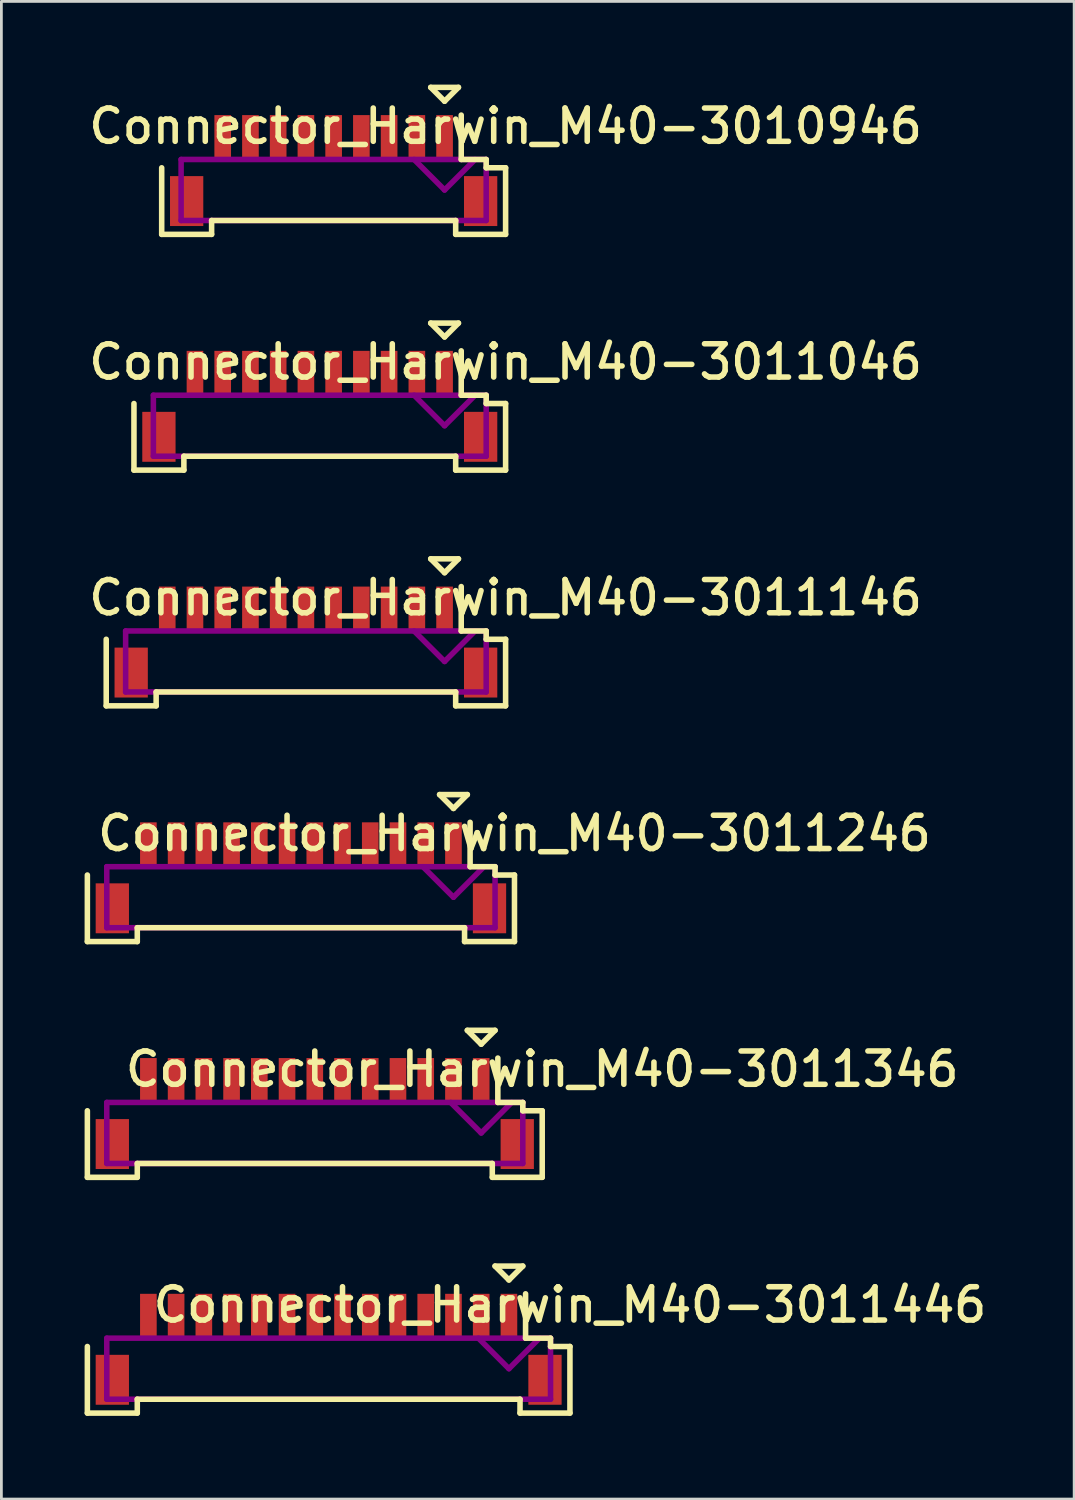
<source format=kicad_pcb>
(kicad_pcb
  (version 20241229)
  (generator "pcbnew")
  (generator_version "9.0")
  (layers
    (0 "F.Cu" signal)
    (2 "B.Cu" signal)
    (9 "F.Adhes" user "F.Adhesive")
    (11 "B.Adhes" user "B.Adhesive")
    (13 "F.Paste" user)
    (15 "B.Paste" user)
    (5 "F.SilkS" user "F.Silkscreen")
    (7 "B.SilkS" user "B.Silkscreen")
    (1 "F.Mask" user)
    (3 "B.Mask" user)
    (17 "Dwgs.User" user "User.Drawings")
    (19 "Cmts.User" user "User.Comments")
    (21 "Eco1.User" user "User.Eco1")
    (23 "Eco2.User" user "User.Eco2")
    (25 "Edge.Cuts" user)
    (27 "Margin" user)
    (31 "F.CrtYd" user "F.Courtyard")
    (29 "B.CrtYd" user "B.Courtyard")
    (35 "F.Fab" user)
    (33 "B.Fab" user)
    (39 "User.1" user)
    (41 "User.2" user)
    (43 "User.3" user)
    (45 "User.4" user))
  (footprint "Connector_Harwin_M40-3011446"
    (layer "F.Cu")
    (at 8.8 46.7)
    (property "Reference" "Connector_Harwin_M40-3011446" (at 8.7 -2.7 0) (layer "F.SilkS") (effects (font (size 1.2 1.2) (thickness 0.2))))
    (attr through_hole)
    (fp_line (start -8.7 1.2) (end -8.7 -1.2) (stroke (width 0.2) (type solid)) (layer "F.SilkS"))
    (fp_line (start -6.9 0.7) (end -6.9 1.2) (stroke (width 0.2) (type solid)) (layer "F.SilkS"))
    (fp_line (start -6.9 1.2) (end -8.7 1.2) (stroke (width 0.2) (type solid)) (layer "F.SilkS"))
    (fp_line (start 6 -4.1) (end 6.5 -3.6) (stroke (width 0.2) (type solid)) (layer "F.SilkS"))
    (fp_line (start 6.5 -3.6) (end 7 -4.1) (stroke (width 0.2) (type solid)) (layer "F.SilkS"))
    (fp_line (start 6.9 0.7) (end -6.9 0.7) (stroke (width 0.2) (type solid)) (layer "F.SilkS"))
    (fp_line (start 6.9 1.2) (end 6.9 0.7) (stroke (width 0.2) (type solid)) (layer "F.SilkS"))
    (fp_line (start 7 -4.1) (end 6 -4.1) (stroke (width 0.2) (type solid)) (layer "F.SilkS"))
    (fp_line (start 7.1 -3.1) (end 7.1 -1.5) (stroke (width 0.2) (type solid)) (layer "F.SilkS"))
    (fp_line (start 7.1 -1.5) (end 8 -1.5) (stroke (width 0.2) (type solid)) (layer "F.SilkS"))
    (fp_line (start 8 -1.5) (end 8 -1.2) (stroke (width 0.2) (type solid)) (layer "F.SilkS"))
    (fp_line (start 8 -1.2) (end 8.7 -1.2) (stroke (width 0.2) (type solid)) (layer "F.SilkS"))
    (fp_line (start 8.7 -1.2) (end 8.7 1.2) (stroke (width 0.2) (type solid)) (layer "F.SilkS"))
    (fp_line (start 8.7 1.2) (end 6.9 1.2) (stroke (width 0.2) (type solid)) (layer "F.SilkS"))
    (fp_line (start -8 -1.5) (end 8 -1.5) (stroke (width 0.2) (type solid)) (layer "F.Adhes"))
    (fp_line (start -8 0.7) (end -8 -1.5) (stroke (width 0.2) (type solid)) (layer "F.Adhes"))
    (fp_line (start 6.5 -0.4) (end 5.4 -1.5) (stroke (width 0.2) (type solid)) (layer "F.Adhes"))
    (fp_line (start 7.6 -1.5) (end 6.5 -0.4) (stroke (width 0.2) (type solid)) (layer "F.Adhes"))
    (fp_line (start 8 -1.5) (end 8 0.7) (stroke (width 0.2) (type solid)) (layer "F.Adhes"))
    (fp_line (start 8 0.7) (end -8 0.7) (stroke (width 0.2) (type solid)) (layer "F.Adhes"))
    (pad "" smd rect (at -7.8 0) (size 1.2 1.8) (layers "F.Cu" "F.Mask" "F.Paste"))
    (pad "" smd rect (at 7.8 0) (size 1.2 1.8) (layers "F.Cu" "F.Mask" "F.Paste"))
    (pad "1" smd rect (at 6.5 -2.3) (size 0.6 1.6) (layers "F.Cu" "F.Mask" "F.Paste"))
    (pad "2" smd rect (at 5.5 -2.3) (size 0.6 1.6) (layers "F.Cu" "F.Mask" "F.Paste"))
    (pad "3" smd rect (at 4.5 -2.3) (size 0.6 1.6) (layers "F.Cu" "F.Mask" "F.Paste"))
    (pad "4" smd rect (at 3.5 -2.3) (size 0.6 1.6) (layers "F.Cu" "F.Mask" "F.Paste"))
    (pad "5" smd rect (at 2.5 -2.3) (size 0.6 1.6) (layers "F.Cu" "F.Mask" "F.Paste"))
    (pad "6" smd rect (at 1.5 -2.3) (size 0.6 1.6) (layers "F.Cu" "F.Mask" "F.Paste"))
    (pad "7" smd rect (at 0.5 -2.3) (size 0.6 1.6) (layers "F.Cu" "F.Mask" "F.Paste"))
    (pad "8" smd rect (at -0.5 -2.3) (size 0.6 1.6) (layers "F.Cu" "F.Mask" "F.Paste"))
    (pad "9" smd rect (at -1.5 -2.3) (size 0.6 1.6) (layers "F.Cu" "F.Mask" "F.Paste"))
    (pad "10" smd rect (at -2.5 -2.3) (size 0.6 1.6) (layers "F.Cu" "F.Mask" "F.Paste"))
    (pad "11" smd rect (at -3.5 -2.3) (size 0.6 1.6) (layers "F.Cu" "F.Mask" "F.Paste"))
    (pad "12" smd rect (at -4.5 -2.3) (size 0.6 1.6) (layers "F.Cu" "F.Mask" "F.Paste"))
    (pad "13" smd rect (at -5.5 -2.3) (size 0.6 1.6) (layers "F.Cu" "F.Mask" "F.Paste"))
    (pad "14" smd rect (at -6.5 -2.3) (size 0.6 1.6) (layers "F.Cu" "F.Mask" "F.Paste")))
  (footprint "Connector_Harwin_M40-3011046"
    (layer "F.Cu")
    (at 8.48 12.7)
    (property "Reference" "Connector_Harwin_M40-3011046" (at 6.7 -2.7 0) (layer "F.SilkS") (effects (font (size 1.2 1.2) (thickness 0.2))))
    (attr through_hole)
    (fp_line (start -6.7 1.2) (end -6.7 -1.2) (stroke (width 0.2) (type solid)) (layer "F.SilkS"))
    (fp_line (start -4.9 0.7) (end -4.9 1.2) (stroke (width 0.2) (type solid)) (layer "F.SilkS"))
    (fp_line (start -4.9 1.2) (end -6.7 1.2) (stroke (width 0.2) (type solid)) (layer "F.SilkS"))
    (fp_line (start 4 -4.1) (end 4.5 -3.6) (stroke (width 0.2) (type solid)) (layer "F.SilkS"))
    (fp_line (start 4.5 -3.6) (end 5 -4.1) (stroke (width 0.2) (type solid)) (layer "F.SilkS"))
    (fp_line (start 4.9 0.7) (end -4.9 0.7) (stroke (width 0.2) (type solid)) (layer "F.SilkS"))
    (fp_line (start 4.9 1.2) (end 4.9 0.7) (stroke (width 0.2) (type solid)) (layer "F.SilkS"))
    (fp_line (start 5 -4.1) (end 4 -4.1) (stroke (width 0.2) (type solid)) (layer "F.SilkS"))
    (fp_line (start 5.1 -3.1) (end 5.1 -1.5) (stroke (width 0.2) (type solid)) (layer "F.SilkS"))
    (fp_line (start 5.1 -1.5) (end 6 -1.5) (stroke (width 0.2) (type solid)) (layer "F.SilkS"))
    (fp_line (start 6 -1.5) (end 6 -1.2) (stroke (width 0.2) (type solid)) (layer "F.SilkS"))
    (fp_line (start 6 -1.2) (end 6.7 -1.2) (stroke (width 0.2) (type solid)) (layer "F.SilkS"))
    (fp_line (start 6.7 -1.2) (end 6.7 1.2) (stroke (width 0.2) (type solid)) (layer "F.SilkS"))
    (fp_line (start 6.7 1.2) (end 4.9 1.2) (stroke (width 0.2) (type solid)) (layer "F.SilkS"))
    (fp_line (start -6 -1.5) (end 6 -1.5) (stroke (width 0.2) (type solid)) (layer "F.Adhes"))
    (fp_line (start -6 0.7) (end -6 -1.5) (stroke (width 0.2) (type solid)) (layer "F.Adhes"))
    (fp_line (start 4.5 -0.4) (end 3.4 -1.5) (stroke (width 0.2) (type solid)) (layer "F.Adhes"))
    (fp_line (start 5.6 -1.5) (end 4.5 -0.4) (stroke (width 0.2) (type solid)) (layer "F.Adhes"))
    (fp_line (start 6 -1.5) (end 6 0.7) (stroke (width 0.2) (type solid)) (layer "F.Adhes"))
    (fp_line (start 6 0.7) (end -6 0.7) (stroke (width 0.2) (type solid)) (layer "F.Adhes"))
    (pad "" smd rect (at -5.8 0) (size 1.2 1.8) (layers "F.Cu" "F.Mask" "F.Paste"))
    (pad "" smd rect (at 5.8 0) (size 1.2 1.8) (layers "F.Cu" "F.Mask" "F.Paste"))
    (pad "1" smd rect (at 4.5 -2.3) (size 0.6 1.6) (layers "F.Cu" "F.Mask" "F.Paste"))
    (pad "2" smd rect (at 3.5 -2.3) (size 0.6 1.6) (layers "F.Cu" "F.Mask" "F.Paste"))
    (pad "3" smd rect (at 2.5 -2.3) (size 0.6 1.6) (layers "F.Cu" "F.Mask" "F.Paste"))
    (pad "4" smd rect (at 1.5 -2.3) (size 0.6 1.6) (layers "F.Cu" "F.Mask" "F.Paste"))
    (pad "5" smd rect (at 0.5 -2.3) (size 0.6 1.6) (layers "F.Cu" "F.Mask" "F.Paste"))
    (pad "6" smd rect (at -0.5 -2.3) (size 0.6 1.6) (layers "F.Cu" "F.Mask" "F.Paste"))
    (pad "7" smd rect (at -1.5 -2.3) (size 0.6 1.6) (layers "F.Cu" "F.Mask" "F.Paste"))
    (pad "8" smd rect (at -2.5 -2.3) (size 0.6 1.6) (layers "F.Cu" "F.Mask" "F.Paste"))
    (pad "9" smd rect (at -3.5 -2.3) (size 0.6 1.6) (layers "F.Cu" "F.Mask" "F.Paste"))
    (pad "10" smd rect (at -4.5 -2.3) (size 0.6 1.6) (layers "F.Cu" "F.Mask" "F.Paste")))
  (footprint "Connector_Harwin_M40-3010946"
    (layer "F.Cu")
    (at 8.98 4.2)
    (property "Reference" "Connector_Harwin_M40-3010946" (at 6.2 -2.7 0) (layer "F.SilkS") (effects (font (size 1.2 1.2) (thickness 0.2))))
    (attr through_hole)
    (fp_line (start -6.2 1.2) (end -6.2 -1.2) (stroke (width 0.2) (type solid)) (layer "F.SilkS"))
    (fp_line (start -4.4 0.7) (end -4.4 1.2) (stroke (width 0.2) (type solid)) (layer "F.SilkS"))
    (fp_line (start -4.4 1.2) (end -6.2 1.2) (stroke (width 0.2) (type solid)) (layer "F.SilkS"))
    (fp_line (start 3.5 -4.1) (end 4 -3.6) (stroke (width 0.2) (type solid)) (layer "F.SilkS"))
    (fp_line (start 4 -3.6) (end 4.5 -4.1) (stroke (width 0.2) (type solid)) (layer "F.SilkS"))
    (fp_line (start 4.4 0.7) (end -4.4 0.7) (stroke (width 0.2) (type solid)) (layer "F.SilkS"))
    (fp_line (start 4.4 1.2) (end 4.4 0.7) (stroke (width 0.2) (type solid)) (layer "F.SilkS"))
    (fp_line (start 4.5 -4.1) (end 3.5 -4.1) (stroke (width 0.2) (type solid)) (layer "F.SilkS"))
    (fp_line (start 4.6 -3.1) (end 4.6 -1.5) (stroke (width 0.2) (type solid)) (layer "F.SilkS"))
    (fp_line (start 4.6 -1.5) (end 5.5 -1.5) (stroke (width 0.2) (type solid)) (layer "F.SilkS"))
    (fp_line (start 5.5 -1.5) (end 5.5 -1.2) (stroke (width 0.2) (type solid)) (layer "F.SilkS"))
    (fp_line (start 5.5 -1.2) (end 6.2 -1.2) (stroke (width 0.2) (type solid)) (layer "F.SilkS"))
    (fp_line (start 6.2 -1.2) (end 6.2 1.2) (stroke (width 0.2) (type solid)) (layer "F.SilkS"))
    (fp_line (start 6.2 1.2) (end 4.4 1.2) (stroke (width 0.2) (type solid)) (layer "F.SilkS"))
    (fp_line (start -5.5 -1.5) (end 5.5 -1.5) (stroke (width 0.2) (type solid)) (layer "F.Adhes"))
    (fp_line (start -5.5 0.7) (end -5.5 -1.5) (stroke (width 0.2) (type solid)) (layer "F.Adhes"))
    (fp_line (start 4 -0.4) (end 2.9 -1.5) (stroke (width 0.2) (type solid)) (layer "F.Adhes"))
    (fp_line (start 5.1 -1.5) (end 4 -0.4) (stroke (width 0.2) (type solid)) (layer "F.Adhes"))
    (fp_line (start 5.5 -1.5) (end 5.5 0.7) (stroke (width 0.2) (type solid)) (layer "F.Adhes"))
    (fp_line (start 5.5 0.7) (end -5.5 0.7) (stroke (width 0.2) (type solid)) (layer "F.Adhes"))
    (pad "" smd rect (at -5.3 0) (size 1.2 1.8) (layers "F.Cu" "F.Mask" "F.Paste"))
    (pad "" smd rect (at 5.3 0) (size 1.2 1.8) (layers "F.Cu" "F.Mask" "F.Paste"))
    (pad "1" smd rect (at 4 -2.3) (size 0.6 1.6) (layers "F.Cu" "F.Mask" "F.Paste"))
    (pad "2" smd rect (at 3 -2.3) (size 0.6 1.6) (layers "F.Cu" "F.Mask" "F.Paste"))
    (pad "3" smd rect (at 2 -2.3) (size 0.6 1.6) (layers "F.Cu" "F.Mask" "F.Paste"))
    (pad "4" smd rect (at 1 -2.3) (size 0.6 1.6) (layers "F.Cu" "F.Mask" "F.Paste"))
    (pad "5" smd rect (at 0 -2.3) (size 0.6 1.6) (layers "F.Cu" "F.Mask" "F.Paste"))
    (pad "6" smd rect (at -1 -2.3) (size 0.6 1.6) (layers "F.Cu" "F.Mask" "F.Paste"))
    (pad "7" smd rect (at -2 -2.3) (size 0.6 1.6) (layers "F.Cu" "F.Mask" "F.Paste"))
    (pad "8" smd rect (at -3 -2.3) (size 0.6 1.6) (layers "F.Cu" "F.Mask" "F.Paste"))
    (pad "9" smd rect (at -4 -2.3) (size 0.6 1.6) (layers "F.Cu" "F.Mask" "F.Paste")))
  (footprint "Connector_Harwin_M40-3011346"
    (layer "F.Cu")
    (at 8.3 38.2)
    (property "Reference" "Connector_Harwin_M40-3011346" (at 8.2 -2.7 0) (layer "F.SilkS") (effects (font (size 1.2 1.2) (thickness 0.2))))
    (attr through_hole)
    (fp_line (start -8.2 1.2) (end -8.2 -1.2) (stroke (width 0.2) (type solid)) (layer "F.SilkS"))
    (fp_line (start -6.4 0.7) (end -6.4 1.2) (stroke (width 0.2) (type solid)) (layer "F.SilkS"))
    (fp_line (start -6.4 1.2) (end -8.2 1.2) (stroke (width 0.2) (type solid)) (layer "F.SilkS"))
    (fp_line (start 5.5 -4.1) (end 6 -3.6) (stroke (width 0.2) (type solid)) (layer "F.SilkS"))
    (fp_line (start 6 -3.6) (end 6.5 -4.1) (stroke (width 0.2) (type solid)) (layer "F.SilkS"))
    (fp_line (start 6.4 0.7) (end -6.4 0.7) (stroke (width 0.2) (type solid)) (layer "F.SilkS"))
    (fp_line (start 6.4 1.2) (end 6.4 0.7) (stroke (width 0.2) (type solid)) (layer "F.SilkS"))
    (fp_line (start 6.5 -4.1) (end 5.5 -4.1) (stroke (width 0.2) (type solid)) (layer "F.SilkS"))
    (fp_line (start 6.6 -3.1) (end 6.6 -1.5) (stroke (width 0.2) (type solid)) (layer "F.SilkS"))
    (fp_line (start 6.6 -1.5) (end 7.5 -1.5) (stroke (width 0.2) (type solid)) (layer "F.SilkS"))
    (fp_line (start 7.5 -1.5) (end 7.5 -1.2) (stroke (width 0.2) (type solid)) (layer "F.SilkS"))
    (fp_line (start 7.5 -1.2) (end 8.2 -1.2) (stroke (width 0.2) (type solid)) (layer "F.SilkS"))
    (fp_line (start 8.2 -1.2) (end 8.2 1.2) (stroke (width 0.2) (type solid)) (layer "F.SilkS"))
    (fp_line (start 8.2 1.2) (end 6.4 1.2) (stroke (width 0.2) (type solid)) (layer "F.SilkS"))
    (fp_line (start -7.5 -1.5) (end 7.5 -1.5) (stroke (width 0.2) (type solid)) (layer "F.Adhes"))
    (fp_line (start -7.5 0.7) (end -7.5 -1.5) (stroke (width 0.2) (type solid)) (layer "F.Adhes"))
    (fp_line (start 6 -0.4) (end 4.9 -1.5) (stroke (width 0.2) (type solid)) (layer "F.Adhes"))
    (fp_line (start 7.1 -1.5) (end 6 -0.4) (stroke (width 0.2) (type solid)) (layer "F.Adhes"))
    (fp_line (start 7.5 -1.5) (end 7.5 0.7) (stroke (width 0.2) (type solid)) (layer "F.Adhes"))
    (fp_line (start 7.5 0.7) (end -7.5 0.7) (stroke (width 0.2) (type solid)) (layer "F.Adhes"))
    (pad "" smd rect (at -7.3 0) (size 1.2 1.8) (layers "F.Cu" "F.Mask" "F.Paste"))
    (pad "" smd rect (at 7.3 0) (size 1.2 1.8) (layers "F.Cu" "F.Mask" "F.Paste"))
    (pad "1" smd rect (at 6 -2.3) (size 0.6 1.6) (layers "F.Cu" "F.Mask" "F.Paste"))
    (pad "2" smd rect (at 5 -2.3) (size 0.6 1.6) (layers "F.Cu" "F.Mask" "F.Paste"))
    (pad "3" smd rect (at 4 -2.3) (size 0.6 1.6) (layers "F.Cu" "F.Mask" "F.Paste"))
    (pad "4" smd rect (at 3 -2.3) (size 0.6 1.6) (layers "F.Cu" "F.Mask" "F.Paste"))
    (pad "5" smd rect (at 2 -2.3) (size 0.6 1.6) (layers "F.Cu" "F.Mask" "F.Paste"))
    (pad "6" smd rect (at 1 -2.3) (size 0.6 1.6) (layers "F.Cu" "F.Mask" "F.Paste"))
    (pad "7" smd rect (at 0 -2.3) (size 0.6 1.6) (layers "F.Cu" "F.Mask" "F.Paste"))
    (pad "8" smd rect (at -1 -2.3) (size 0.6 1.6) (layers "F.Cu" "F.Mask" "F.Paste"))
    (pad "9" smd rect (at -2 -2.3) (size 0.6 1.6) (layers "F.Cu" "F.Mask" "F.Paste"))
    (pad "10" smd rect (at -3 -2.3) (size 0.6 1.6) (layers "F.Cu" "F.Mask" "F.Paste"))
    (pad "11" smd rect (at -4 -2.3) (size 0.6 1.6) (layers "F.Cu" "F.Mask" "F.Paste"))
    (pad "12" smd rect (at -5 -2.3) (size 0.6 1.6) (layers "F.Cu" "F.Mask" "F.Paste"))
    (pad "13" smd rect (at -6 -2.3) (size 0.6 1.6) (layers "F.Cu" "F.Mask" "F.Paste")))
  (footprint "Connector_Harwin_M40-3011246"
    (layer "F.Cu")
    (at 7.8 29.7)
    (property "Reference" "Connector_Harwin_M40-3011246" (at 7.7 -2.7 0) (layer "F.SilkS") (effects (font (size 1.2 1.2) (thickness 0.2))))
    (attr through_hole)
    (fp_line (start -7.7 1.2) (end -7.7 -1.2) (stroke (width 0.2) (type solid)) (layer "F.SilkS"))
    (fp_line (start -5.9 0.7) (end -5.9 1.2) (stroke (width 0.2) (type solid)) (layer "F.SilkS"))
    (fp_line (start -5.9 1.2) (end -7.7 1.2) (stroke (width 0.2) (type solid)) (layer "F.SilkS"))
    (fp_line (start 5 -4.1) (end 5.5 -3.6) (stroke (width 0.2) (type solid)) (layer "F.SilkS"))
    (fp_line (start 5.5 -3.6) (end 6 -4.1) (stroke (width 0.2) (type solid)) (layer "F.SilkS"))
    (fp_line (start 5.9 0.7) (end -5.9 0.7) (stroke (width 0.2) (type solid)) (layer "F.SilkS"))
    (fp_line (start 5.9 1.2) (end 5.9 0.7) (stroke (width 0.2) (type solid)) (layer "F.SilkS"))
    (fp_line (start 6 -4.1) (end 5 -4.1) (stroke (width 0.2) (type solid)) (layer "F.SilkS"))
    (fp_line (start 6.1 -3.1) (end 6.1 -1.5) (stroke (width 0.2) (type solid)) (layer "F.SilkS"))
    (fp_line (start 6.1 -1.5) (end 7 -1.5) (stroke (width 0.2) (type solid)) (layer "F.SilkS"))
    (fp_line (start 7 -1.5) (end 7 -1.2) (stroke (width 0.2) (type solid)) (layer "F.SilkS"))
    (fp_line (start 7 -1.2) (end 7.7 -1.2) (stroke (width 0.2) (type solid)) (layer "F.SilkS"))
    (fp_line (start 7.7 -1.2) (end 7.7 1.2) (stroke (width 0.2) (type solid)) (layer "F.SilkS"))
    (fp_line (start 7.7 1.2) (end 5.9 1.2) (stroke (width 0.2) (type solid)) (layer "F.SilkS"))
    (fp_line (start -7 -1.5) (end 7 -1.5) (stroke (width 0.2) (type solid)) (layer "F.Adhes"))
    (fp_line (start -7 0.7) (end -7 -1.5) (stroke (width 0.2) (type solid)) (layer "F.Adhes"))
    (fp_line (start 5.5 -0.4) (end 4.4 -1.5) (stroke (width 0.2) (type solid)) (layer "F.Adhes"))
    (fp_line (start 6.6 -1.5) (end 5.5 -0.4) (stroke (width 0.2) (type solid)) (layer "F.Adhes"))
    (fp_line (start 7 -1.5) (end 7 0.7) (stroke (width 0.2) (type solid)) (layer "F.Adhes"))
    (fp_line (start 7 0.7) (end -7 0.7) (stroke (width 0.2) (type solid)) (layer "F.Adhes"))
    (pad "" smd rect (at -6.8 0) (size 1.2 1.8) (layers "F.Cu" "F.Mask" "F.Paste"))
    (pad "" smd rect (at 6.8 0) (size 1.2 1.8) (layers "F.Cu" "F.Mask" "F.Paste"))
    (pad "1" smd rect (at 5.5 -2.3) (size 0.6 1.6) (layers "F.Cu" "F.Mask" "F.Paste"))
    (pad "2" smd rect (at 4.5 -2.3) (size 0.6 1.6) (layers "F.Cu" "F.Mask" "F.Paste"))
    (pad "3" smd rect (at 3.5 -2.3) (size 0.6 1.6) (layers "F.Cu" "F.Mask" "F.Paste"))
    (pad "4" smd rect (at 2.5 -2.3) (size 0.6 1.6) (layers "F.Cu" "F.Mask" "F.Paste"))
    (pad "5" smd rect (at 1.5 -2.3) (size 0.6 1.6) (layers "F.Cu" "F.Mask" "F.Paste"))
    (pad "6" smd rect (at 0.5 -2.3) (size 0.6 1.6) (layers "F.Cu" "F.Mask" "F.Paste"))
    (pad "7" smd rect (at -0.5 -2.3) (size 0.6 1.6) (layers "F.Cu" "F.Mask" "F.Paste"))
    (pad "8" smd rect (at -1.5 -2.3) (size 0.6 1.6) (layers "F.Cu" "F.Mask" "F.Paste"))
    (pad "9" smd rect (at -2.5 -2.3) (size 0.6 1.6) (layers "F.Cu" "F.Mask" "F.Paste"))
    (pad "10" smd rect (at -3.5 -2.3) (size 0.6 1.6) (layers "F.Cu" "F.Mask" "F.Paste"))
    (pad "11" smd rect (at -4.5 -2.3) (size 0.6 1.6) (layers "F.Cu" "F.Mask" "F.Paste"))
    (pad "12" smd rect (at -5.5 -2.3) (size 0.6 1.6) (layers "F.Cu" "F.Mask" "F.Paste")))
  (footprint "Connector_Harwin_M40-3011146"
    (layer "F.Cu")
    (at 7.98 21.2)
    (property "Reference" "Connector_Harwin_M40-3011146" (at 7.2 -2.7 0) (layer "F.SilkS") (effects (font (size 1.2 1.2) (thickness 0.2))))
    (attr through_hole)
    (fp_line (start -7.2 1.2) (end -7.2 -1.2) (stroke (width 0.2) (type solid)) (layer "F.SilkS"))
    (fp_line (start -5.4 0.7) (end -5.4 1.2) (stroke (width 0.2) (type solid)) (layer "F.SilkS"))
    (fp_line (start -5.4 1.2) (end -7.2 1.2) (stroke (width 0.2) (type solid)) (layer "F.SilkS"))
    (fp_line (start 4.5 -4.1) (end 5 -3.6) (stroke (width 0.2) (type solid)) (layer "F.SilkS"))
    (fp_line (start 5 -3.6) (end 5.5 -4.1) (stroke (width 0.2) (type solid)) (layer "F.SilkS"))
    (fp_line (start 5.4 0.7) (end -5.4 0.7) (stroke (width 0.2) (type solid)) (layer "F.SilkS"))
    (fp_line (start 5.4 1.2) (end 5.4 0.7) (stroke (width 0.2) (type solid)) (layer "F.SilkS"))
    (fp_line (start 5.5 -4.1) (end 4.5 -4.1) (stroke (width 0.2) (type solid)) (layer "F.SilkS"))
    (fp_line (start 5.6 -3.1) (end 5.6 -1.5) (stroke (width 0.2) (type solid)) (layer "F.SilkS"))
    (fp_line (start 5.6 -1.5) (end 6.5 -1.5) (stroke (width 0.2) (type solid)) (layer "F.SilkS"))
    (fp_line (start 6.5 -1.5) (end 6.5 -1.2) (stroke (width 0.2) (type solid)) (layer "F.SilkS"))
    (fp_line (start 6.5 -1.2) (end 7.2 -1.2) (stroke (width 0.2) (type solid)) (layer "F.SilkS"))
    (fp_line (start 7.2 -1.2) (end 7.2 1.2) (stroke (width 0.2) (type solid)) (layer "F.SilkS"))
    (fp_line (start 7.2 1.2) (end 5.4 1.2) (stroke (width 0.2) (type solid)) (layer "F.SilkS"))
    (fp_line (start -6.5 -1.5) (end 6.5 -1.5) (stroke (width 0.2) (type solid)) (layer "F.Adhes"))
    (fp_line (start -6.5 0.7) (end -6.5 -1.5) (stroke (width 0.2) (type solid)) (layer "F.Adhes"))
    (fp_line (start 5 -0.4) (end 3.9 -1.5) (stroke (width 0.2) (type solid)) (layer "F.Adhes"))
    (fp_line (start 6.1 -1.5) (end 5 -0.4) (stroke (width 0.2) (type solid)) (layer "F.Adhes"))
    (fp_line (start 6.5 -1.5) (end 6.5 0.7) (stroke (width 0.2) (type solid)) (layer "F.Adhes"))
    (fp_line (start 6.5 0.7) (end -6.5 0.7) (stroke (width 0.2) (type solid)) (layer "F.Adhes"))
    (pad "" smd rect (at -6.3 0) (size 1.2 1.8) (layers "F.Cu" "F.Mask" "F.Paste"))
    (pad "" smd rect (at 6.3 0) (size 1.2 1.8) (layers "F.Cu" "F.Mask" "F.Paste"))
    (pad "1" smd rect (at 5 -2.3) (size 0.6 1.6) (layers "F.Cu" "F.Mask" "F.Paste"))
    (pad "2" smd rect (at 4 -2.3) (size 0.6 1.6) (layers "F.Cu" "F.Mask" "F.Paste"))
    (pad "3" smd rect (at 3 -2.3) (size 0.6 1.6) (layers "F.Cu" "F.Mask" "F.Paste"))
    (pad "4" smd rect (at 2 -2.3) (size 0.6 1.6) (layers "F.Cu" "F.Mask" "F.Paste"))
    (pad "5" smd rect (at 1 -2.3) (size 0.6 1.6) (layers "F.Cu" "F.Mask" "F.Paste"))
    (pad "6" smd rect (at 0 -2.3) (size 0.6 1.6) (layers "F.Cu" "F.Mask" "F.Paste"))
    (pad "7" smd rect (at -1 -2.3) (size 0.6 1.6) (layers "F.Cu" "F.Mask" "F.Paste"))
    (pad "8" smd rect (at -2 -2.3) (size 0.6 1.6) (layers "F.Cu" "F.Mask" "F.Paste"))
    (pad "9" smd rect (at -3 -2.3) (size 0.6 1.6) (layers "F.Cu" "F.Mask" "F.Paste"))
    (pad "10" smd rect (at -4 -2.3) (size 0.6 1.6) (layers "F.Cu" "F.Mask" "F.Paste"))
    (pad "11" smd rect (at -5 -2.3) (size 0.6 1.6) (layers "F.Cu" "F.Mask" "F.Paste")))
  (gr_rect
    (start -3 -3)
    (end 35.68 51)
    (stroke (width 0.1) (type default))
    (fill no)
    (layer "Edge.Cuts")))
</source>
